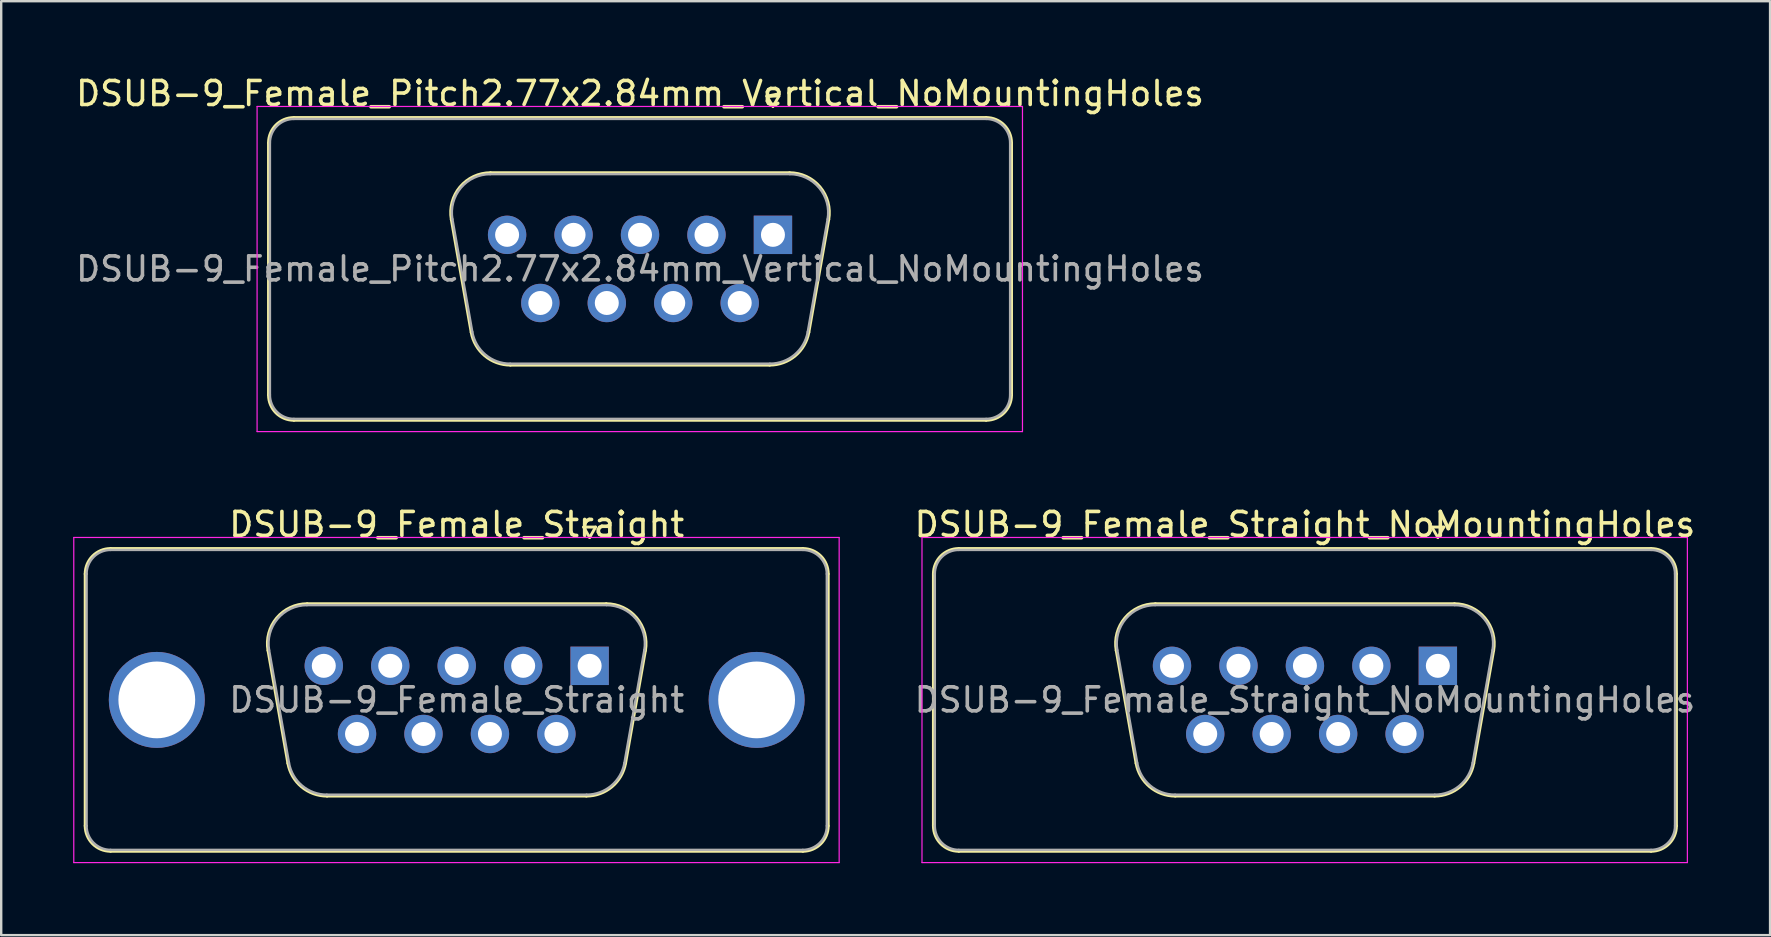
<source format=kicad_pcb>
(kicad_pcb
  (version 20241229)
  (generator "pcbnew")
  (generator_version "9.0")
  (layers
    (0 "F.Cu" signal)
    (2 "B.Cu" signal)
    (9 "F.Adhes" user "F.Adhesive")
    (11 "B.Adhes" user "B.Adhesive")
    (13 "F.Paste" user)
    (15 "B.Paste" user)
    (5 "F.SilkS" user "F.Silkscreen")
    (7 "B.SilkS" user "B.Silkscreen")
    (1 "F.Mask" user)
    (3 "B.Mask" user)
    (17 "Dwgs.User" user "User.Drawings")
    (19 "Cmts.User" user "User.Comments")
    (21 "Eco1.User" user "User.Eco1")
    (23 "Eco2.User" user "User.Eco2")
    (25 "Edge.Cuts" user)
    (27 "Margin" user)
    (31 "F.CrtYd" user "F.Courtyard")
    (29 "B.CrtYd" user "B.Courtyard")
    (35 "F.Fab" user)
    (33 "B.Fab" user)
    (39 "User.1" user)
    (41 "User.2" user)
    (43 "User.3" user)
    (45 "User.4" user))
  (footprint "DSUB-9_Female_Straight_NoMountingHoles"
    (layer "F.Cu")
    (at 56.877 24.701)
    (property "Reference" "DSUB-9_Female_Straight_NoMountingHoles" (at -5.54 -5.89 0) (layer "F.SilkS") (effects (font (size 1 1) (thickness 0.15))))
    (attr through_hole)
    (fp_line (start -21.025 6.67) (end -21.025 -3.83) (stroke (width 0.12) (type solid)) (layer "F.SilkS"))
    (fp_line (start -19.965 -4.89) (end 8.885 -4.89) (stroke (width 0.12) (type solid)) (layer "F.SilkS"))
    (fp_line (start -13.406 -0.642) (end -12.578 4.058) (stroke (width 0.12) (type solid)) (layer "F.SilkS"))
    (fp_line (start -11.772 -2.59) (end 0.692 -2.59) (stroke (width 0.12) (type solid)) (layer "F.SilkS"))
    (fp_line (start -10.943 5.43) (end -0.137 5.43) (stroke (width 0.12) (type solid)) (layer "F.SilkS"))
    (fp_line (start -0.25 -5.784) (end 0.25 -5.784) (stroke (width 0.12) (type solid)) (layer "F.SilkS"))
    (fp_line (start 0 -5.351) (end -0.25 -5.784) (stroke (width 0.12) (type solid)) (layer "F.SilkS"))
    (fp_line (start 0.25 -5.784) (end 0 -5.351) (stroke (width 0.12) (type solid)) (layer "F.SilkS"))
    (fp_line (start 2.326 -0.642) (end 1.498 4.058) (stroke (width 0.12) (type solid)) (layer "F.SilkS"))
    (fp_line (start 8.885 7.73) (end -19.965 7.73) (stroke (width 0.12) (type solid)) (layer "F.SilkS"))
    (fp_line (start 9.945 -3.83) (end 9.945 6.67) (stroke (width 0.12) (type solid)) (layer "F.SilkS"))
    (fp_arc (start -21.025 -3.83) (mid -20.714533 -4.579533) (end -19.965 -4.89) (stroke (width 0.12) (type solid)) (layer "F.SilkS"))
    (fp_arc (start -19.965 7.73) (mid -20.714533 7.419533) (end -21.025 6.67) (stroke (width 0.12) (type solid)) (layer "F.SilkS"))
    (fp_arc (start -13.40647 -0.641744) (mid -13.043323 -1.997028) (end -11.771689 -2.59) (stroke (width 0.12) (type solid)) (layer "F.SilkS"))
    (fp_arc (start -10.942952 5.43) (mid -12.009979 5.041634) (end -12.577733 4.058256) (stroke (width 0.12) (type solid)) (layer "F.SilkS"))
    (fp_arc (start 0.691689 -2.59) (mid 1.963323 -1.997027) (end 2.32647 -0.641744) (stroke (width 0.12) (type solid)) (layer "F.SilkS"))
    (fp_arc (start 1.497733 4.058256) (mid 0.92998 5.041634) (end -0.137048 5.43) (stroke (width 0.12) (type solid)) (layer "F.SilkS"))
    (fp_arc (start 8.885 -4.89) (mid 9.634533 -4.579533) (end 9.945 -3.83) (stroke (width 0.12) (type solid)) (layer "F.SilkS"))
    (fp_arc (start 9.945 6.67) (mid 9.634533 7.419533) (end 8.885 7.73) (stroke (width 0.12) (type solid)) (layer "F.SilkS"))
    (fp_line (start -21.5 -5.35) (end -21.5 8.2) (stroke (width 0.05) (type solid)) (layer "F.CrtYd"))
    (fp_line (start -21.5 8.2) (end 10.4 8.2) (stroke (width 0.05) (type solid)) (layer "F.CrtYd"))
    (fp_line (start 10.4 -5.35) (end -21.5 -5.35) (stroke (width 0.05) (type solid)) (layer "F.CrtYd"))
    (fp_line (start 10.4 8.2) (end 10.4 -5.35) (stroke (width 0.05) (type solid)) (layer "F.CrtYd"))
    (fp_line (start -20.965 6.67) (end -20.965 -3.83) (stroke (width 0.1) (type solid)) (layer "F.Fab"))
    (fp_line (start -19.965 -4.83) (end 8.885 -4.83) (stroke (width 0.1) (type solid)) (layer "F.Fab"))
    (fp_line (start -13.359 -0.652) (end -12.53 4.048) (stroke (width 0.1) (type solid)) (layer "F.Fab"))
    (fp_line (start -11.783 -2.53) (end 0.703 -2.53) (stroke (width 0.1) (type solid)) (layer "F.Fab"))
    (fp_line (start -10.954 5.37) (end -0.126 5.37) (stroke (width 0.1) (type solid)) (layer "F.Fab"))
    (fp_line (start 2.279 -0.652) (end 1.45 4.048) (stroke (width 0.1) (type solid)) (layer "F.Fab"))
    (fp_line (start 8.885 7.67) (end -19.965 7.67) (stroke (width 0.1) (type solid)) (layer "F.Fab"))
    (fp_line (start 9.885 -3.83) (end 9.885 6.67) (stroke (width 0.1) (type solid)) (layer "F.Fab"))
    (fp_arc (start -20.965 -3.83) (mid -20.672107 -4.537107) (end -19.965 -4.83) (stroke (width 0.1) (type solid)) (layer "F.Fab"))
    (fp_arc (start -19.965 7.67) (mid -20.672107 7.377107) (end -20.965 6.67) (stroke (width 0.1) (type solid)) (layer "F.Fab"))
    (fp_arc (start -13.358886 -0.652163) (mid -13.008865 -1.95846) (end -11.783194 -2.53) (stroke (width 0.1) (type solid)) (layer "F.Fab"))
    (fp_arc (start -10.954457 5.37) (mid -11.982917 4.995671) (end -12.530149 4.047837) (stroke (width 0.1) (type solid)) (layer "F.Fab"))
    (fp_arc (start 0.703194 -2.53) (mid 1.928865 -1.95846) (end 2.278886 -0.652163) (stroke (width 0.1) (type solid)) (layer "F.Fab"))
    (fp_arc (start 1.450149 4.047837) (mid 0.902917 4.995671) (end -0.125543 5.37) (stroke (width 0.1) (type solid)) (layer "F.Fab"))
    (fp_arc (start 8.885 -4.83) (mid 9.592107 -4.537107) (end 9.885 -3.83) (stroke (width 0.1) (type solid)) (layer "F.Fab"))
    (fp_arc (start 9.885 6.67) (mid 9.592107 7.377107) (end 8.885 7.67) (stroke (width 0.1) (type solid)) (layer "F.Fab"))
    (fp_text user "${REFERENCE}" (at -5.54 1.42 0) (layer "F.Fab") (effects (font (size 1 1) (thickness 0.15))))
    (pad "1" thru_hole rect (at 0 0) (size 1.6 1.6) (drill 1) (layers "*.Cu" "*.Mask"))
    (pad "2" thru_hole circle (at -2.77 0) (size 1.6 1.6) (drill 1) (layers "*.Cu" "*.Mask"))
    (pad "3" thru_hole circle (at -5.54 0) (size 1.6 1.6) (drill 1) (layers "*.Cu" "*.Mask"))
    (pad "4" thru_hole circle (at -8.31 0) (size 1.6 1.6) (drill 1) (layers "*.Cu" "*.Mask"))
    (pad "5" thru_hole circle (at -11.08 0) (size 1.6 1.6) (drill 1) (layers "*.Cu" "*.Mask"))
    (pad "6" thru_hole circle (at -1.385 2.84) (size 1.6 1.6) (drill 1) (layers "*.Cu" "*.Mask"))
    (pad "7" thru_hole circle (at -4.155 2.84) (size 1.6 1.6) (drill 1) (layers "*.Cu" "*.Mask"))
    (pad "8" thru_hole circle (at -6.925 2.84) (size 1.6 1.6) (drill 1) (layers "*.Cu" "*.Mask"))
    (pad "9" thru_hole circle (at -9.695 2.84) (size 1.6 1.6) (drill 1) (layers "*.Cu" "*.Mask")))
  (footprint "DSUB-9_Female_Straight"
    (layer "F.Cu")
    (at 21.525 24.701)
    (property "Reference" "DSUB-9_Female_Straight" (at -5.54 -5.89 0) (layer "F.SilkS") (effects (font (size 1 1) (thickness 0.15))))
    (attr through_hole)
    (fp_line (start -21.025 6.67) (end -21.025 -3.83) (stroke (width 0.12) (type solid)) (layer "F.SilkS"))
    (fp_line (start -19.965 -4.89) (end 8.885 -4.89) (stroke (width 0.12) (type solid)) (layer "F.SilkS"))
    (fp_line (start -13.406 -0.642) (end -12.578 4.058) (stroke (width 0.12) (type solid)) (layer "F.SilkS"))
    (fp_line (start -11.772 -2.59) (end 0.692 -2.59) (stroke (width 0.12) (type solid)) (layer "F.SilkS"))
    (fp_line (start -10.943 5.43) (end -0.137 5.43) (stroke (width 0.12) (type solid)) (layer "F.SilkS"))
    (fp_line (start -0.25 -5.784) (end 0.25 -5.784) (stroke (width 0.12) (type solid)) (layer "F.SilkS"))
    (fp_line (start 0 -5.351) (end -0.25 -5.784) (stroke (width 0.12) (type solid)) (layer "F.SilkS"))
    (fp_line (start 0.25 -5.784) (end 0 -5.351) (stroke (width 0.12) (type solid)) (layer "F.SilkS"))
    (fp_line (start 2.326 -0.642) (end 1.498 4.058) (stroke (width 0.12) (type solid)) (layer "F.SilkS"))
    (fp_line (start 8.885 7.73) (end -19.965 7.73) (stroke (width 0.12) (type solid)) (layer "F.SilkS"))
    (fp_line (start 9.945 -3.83) (end 9.945 6.67) (stroke (width 0.12) (type solid)) (layer "F.SilkS"))
    (fp_arc (start -21.025 -3.83) (mid -20.714533 -4.579533) (end -19.965 -4.89) (stroke (width 0.12) (type solid)) (layer "F.SilkS"))
    (fp_arc (start -19.965 7.73) (mid -20.714533 7.419533) (end -21.025 6.67) (stroke (width 0.12) (type solid)) (layer "F.SilkS"))
    (fp_arc (start -13.40647 -0.641744) (mid -13.043323 -1.997028) (end -11.771689 -2.59) (stroke (width 0.12) (type solid)) (layer "F.SilkS"))
    (fp_arc (start -10.942952 5.43) (mid -12.009979 5.041634) (end -12.577733 4.058256) (stroke (width 0.12) (type solid)) (layer "F.SilkS"))
    (fp_arc (start 0.691689 -2.59) (mid 1.963323 -1.997027) (end 2.32647 -0.641744) (stroke (width 0.12) (type solid)) (layer "F.SilkS"))
    (fp_arc (start 1.497733 4.058256) (mid 0.92998 5.041634) (end -0.137048 5.43) (stroke (width 0.12) (type solid)) (layer "F.SilkS"))
    (fp_arc (start 8.885 -4.89) (mid 9.634533 -4.579533) (end 9.945 -3.83) (stroke (width 0.12) (type solid)) (layer "F.SilkS"))
    (fp_arc (start 9.945 6.67) (mid 9.634533 7.419533) (end 8.885 7.73) (stroke (width 0.12) (type solid)) (layer "F.SilkS"))
    (fp_line (start -21.5 -5.35) (end -21.5 8.2) (stroke (width 0.05) (type solid)) (layer "F.CrtYd"))
    (fp_line (start -21.5 8.2) (end 10.4 8.2) (stroke (width 0.05) (type solid)) (layer "F.CrtYd"))
    (fp_line (start 10.4 -5.35) (end -21.5 -5.35) (stroke (width 0.05) (type solid)) (layer "F.CrtYd"))
    (fp_line (start 10.4 8.2) (end 10.4 -5.35) (stroke (width 0.05) (type solid)) (layer "F.CrtYd"))
    (fp_line (start -20.965 6.67) (end -20.965 -3.83) (stroke (width 0.1) (type solid)) (layer "F.Fab"))
    (fp_line (start -19.965 -4.83) (end 8.885 -4.83) (stroke (width 0.1) (type solid)) (layer "F.Fab"))
    (fp_line (start -13.359 -0.652) (end -12.53 4.048) (stroke (width 0.1) (type solid)) (layer "F.Fab"))
    (fp_line (start -11.783 -2.53) (end 0.703 -2.53) (stroke (width 0.1) (type solid)) (layer "F.Fab"))
    (fp_line (start -10.954 5.37) (end -0.126 5.37) (stroke (width 0.1) (type solid)) (layer "F.Fab"))
    (fp_line (start 2.279 -0.652) (end 1.45 4.048) (stroke (width 0.1) (type solid)) (layer "F.Fab"))
    (fp_line (start 8.885 7.67) (end -19.965 7.67) (stroke (width 0.1) (type solid)) (layer "F.Fab"))
    (fp_line (start 9.885 -3.83) (end 9.885 6.67) (stroke (width 0.1) (type solid)) (layer "F.Fab"))
    (fp_arc (start -20.965 -3.83) (mid -20.672107 -4.537107) (end -19.965 -4.83) (stroke (width 0.1) (type solid)) (layer "F.Fab"))
    (fp_arc (start -19.965 7.67) (mid -20.672107 7.377107) (end -20.965 6.67) (stroke (width 0.1) (type solid)) (layer "F.Fab"))
    (fp_arc (start -13.358886 -0.652163) (mid -13.008865 -1.95846) (end -11.783194 -2.53) (stroke (width 0.1) (type solid)) (layer "F.Fab"))
    (fp_arc (start -10.954457 5.37) (mid -11.982917 4.995671) (end -12.530149 4.047837) (stroke (width 0.1) (type solid)) (layer "F.Fab"))
    (fp_arc (start 0.703194 -2.53) (mid 1.928865 -1.95846) (end 2.278886 -0.652163) (stroke (width 0.1) (type solid)) (layer "F.Fab"))
    (fp_arc (start 1.450149 4.047837) (mid 0.902917 4.995671) (end -0.125543 5.37) (stroke (width 0.1) (type solid)) (layer "F.Fab"))
    (fp_arc (start 8.885 -4.83) (mid 9.592107 -4.537107) (end 9.885 -3.83) (stroke (width 0.1) (type solid)) (layer "F.Fab"))
    (fp_arc (start 9.885 6.67) (mid 9.592107 7.377107) (end 8.885 7.67) (stroke (width 0.1) (type solid)) (layer "F.Fab"))
    (fp_text user "${REFERENCE}" (at -5.54 1.42 0) (layer "F.Fab") (effects (font (size 1 1) (thickness 0.15))))
    (pad "0" thru_hole circle (at -18.04 1.42) (size 4 4) (drill 3.2) (layers "*.Cu" "*.Mask"))
    (pad "0" thru_hole circle (at 6.96 1.42) (size 4 4) (drill 3.2) (layers "*.Cu" "*.Mask"))
    (pad "1" thru_hole rect (at 0 0) (size 1.6 1.6) (drill 1) (layers "*.Cu" "*.Mask"))
    (pad "2" thru_hole circle (at -2.77 0) (size 1.6 1.6) (drill 1) (layers "*.Cu" "*.Mask"))
    (pad "3" thru_hole circle (at -5.54 0) (size 1.6 1.6) (drill 1) (layers "*.Cu" "*.Mask"))
    (pad "4" thru_hole circle (at -8.31 0) (size 1.6 1.6) (drill 1) (layers "*.Cu" "*.Mask"))
    (pad "5" thru_hole circle (at -11.08 0) (size 1.6 1.6) (drill 1) (layers "*.Cu" "*.Mask"))
    (pad "6" thru_hole circle (at -1.385 2.84) (size 1.6 1.6) (drill 1) (layers "*.Cu" "*.Mask"))
    (pad "7" thru_hole circle (at -4.155 2.84) (size 1.6 1.6) (drill 1) (layers "*.Cu" "*.Mask"))
    (pad "8" thru_hole circle (at -6.925 2.84) (size 1.6 1.6) (drill 1) (layers "*.Cu" "*.Mask"))
    (pad "9" thru_hole circle (at -9.695 2.84) (size 1.6 1.6) (drill 1) (layers "*.Cu" "*.Mask")))
  (footprint "DSUB-9_Female_Pitch2.77x2.84mm_Vertical_NoMountingHoles"
    (layer "F.Cu")
    (at 29.165 6.738)
    (property "Reference" "DSUB-9_Female_Pitch2.77x2.84mm_Vertical_NoMountingHoles" (at -5.54 -5.89 0) (layer "F.SilkS") (effects (font (size 1 1) (thickness 0.15))))
    (attr through_hole)
    (fp_line (start -21.025 6.67) (end -21.025 -3.83) (stroke (width 0.12) (type solid)) (layer "F.SilkS"))
    (fp_line (start -19.965 -4.89) (end 8.885 -4.89) (stroke (width 0.12) (type solid)) (layer "F.SilkS"))
    (fp_line (start -13.406 -0.642) (end -12.578 4.058) (stroke (width 0.12) (type solid)) (layer "F.SilkS"))
    (fp_line (start -11.772 -2.59) (end 0.692 -2.59) (stroke (width 0.12) (type solid)) (layer "F.SilkS"))
    (fp_line (start -10.943 5.43) (end -0.137 5.43) (stroke (width 0.12) (type solid)) (layer "F.SilkS"))
    (fp_line (start -0.25 -5.784) (end 0.25 -5.784) (stroke (width 0.12) (type solid)) (layer "F.SilkS"))
    (fp_line (start 0 -5.351) (end -0.25 -5.784) (stroke (width 0.12) (type solid)) (layer "F.SilkS"))
    (fp_line (start 0.25 -5.784) (end 0 -5.351) (stroke (width 0.12) (type solid)) (layer "F.SilkS"))
    (fp_line (start 2.326 -0.642) (end 1.498 4.058) (stroke (width 0.12) (type solid)) (layer "F.SilkS"))
    (fp_line (start 8.885 7.73) (end -19.965 7.73) (stroke (width 0.12) (type solid)) (layer "F.SilkS"))
    (fp_line (start 9.945 -3.83) (end 9.945 6.67) (stroke (width 0.12) (type solid)) (layer "F.SilkS"))
    (fp_arc (start -21.025 -3.83) (mid -20.714533 -4.579533) (end -19.965 -4.89) (stroke (width 0.12) (type solid)) (layer "F.SilkS"))
    (fp_arc (start -19.965 7.73) (mid -20.714533 7.419533) (end -21.025 6.67) (stroke (width 0.12) (type solid)) (layer "F.SilkS"))
    (fp_arc (start -13.40647 -0.641744) (mid -13.043323 -1.997028) (end -11.771689 -2.59) (stroke (width 0.12) (type solid)) (layer "F.SilkS"))
    (fp_arc (start -10.942952 5.43) (mid -12.009979 5.041634) (end -12.577733 4.058256) (stroke (width 0.12) (type solid)) (layer "F.SilkS"))
    (fp_arc (start 0.691689 -2.59) (mid 1.963323 -1.997027) (end 2.32647 -0.641744) (stroke (width 0.12) (type solid)) (layer "F.SilkS"))
    (fp_arc (start 1.497733 4.058256) (mid 0.92998 5.041634) (end -0.137048 5.43) (stroke (width 0.12) (type solid)) (layer "F.SilkS"))
    (fp_arc (start 8.885 -4.89) (mid 9.634533 -4.579533) (end 9.945 -3.83) (stroke (width 0.12) (type solid)) (layer "F.SilkS"))
    (fp_arc (start 9.945 6.67) (mid 9.634533 7.419533) (end 8.885 7.73) (stroke (width 0.12) (type solid)) (layer "F.SilkS"))
    (fp_line (start -21.5 -5.35) (end -21.5 8.2) (stroke (width 0.05) (type solid)) (layer "F.CrtYd"))
    (fp_line (start -21.5 8.2) (end 10.4 8.2) (stroke (width 0.05) (type solid)) (layer "F.CrtYd"))
    (fp_line (start 10.4 -5.35) (end -21.5 -5.35) (stroke (width 0.05) (type solid)) (layer "F.CrtYd"))
    (fp_line (start 10.4 8.2) (end 10.4 -5.35) (stroke (width 0.05) (type solid)) (layer "F.CrtYd"))
    (fp_line (start -20.965 6.67) (end -20.965 -3.83) (stroke (width 0.1) (type solid)) (layer "F.Fab"))
    (fp_line (start -19.965 -4.83) (end 8.885 -4.83) (stroke (width 0.1) (type solid)) (layer "F.Fab"))
    (fp_line (start -13.359 -0.652) (end -12.53 4.048) (stroke (width 0.1) (type solid)) (layer "F.Fab"))
    (fp_line (start -11.783 -2.53) (end 0.703 -2.53) (stroke (width 0.1) (type solid)) (layer "F.Fab"))
    (fp_line (start -10.954 5.37) (end -0.126 5.37) (stroke (width 0.1) (type solid)) (layer "F.Fab"))
    (fp_line (start 2.279 -0.652) (end 1.45 4.048) (stroke (width 0.1) (type solid)) (layer "F.Fab"))
    (fp_line (start 8.885 7.67) (end -19.965 7.67) (stroke (width 0.1) (type solid)) (layer "F.Fab"))
    (fp_line (start 9.885 -3.83) (end 9.885 6.67) (stroke (width 0.1) (type solid)) (layer "F.Fab"))
    (fp_arc (start -20.965 -3.83) (mid -20.672107 -4.537107) (end -19.965 -4.83) (stroke (width 0.1) (type solid)) (layer "F.Fab"))
    (fp_arc (start -19.965 7.67) (mid -20.672107 7.377107) (end -20.965 6.67) (stroke (width 0.1) (type solid)) (layer "F.Fab"))
    (fp_arc (start -13.358886 -0.652163) (mid -13.008865 -1.95846) (end -11.783194 -2.53) (stroke (width 0.1) (type solid)) (layer "F.Fab"))
    (fp_arc (start -10.954457 5.37) (mid -11.982917 4.995671) (end -12.530149 4.047837) (stroke (width 0.1) (type solid)) (layer "F.Fab"))
    (fp_arc (start 0.703194 -2.53) (mid 1.928865 -1.95846) (end 2.278886 -0.652163) (stroke (width 0.1) (type solid)) (layer "F.Fab"))
    (fp_arc (start 1.450149 4.047837) (mid 0.902917 4.995671) (end -0.125543 5.37) (stroke (width 0.1) (type solid)) (layer "F.Fab"))
    (fp_arc (start 8.885 -4.83) (mid 9.592107 -4.537107) (end 9.885 -3.83) (stroke (width 0.1) (type solid)) (layer "F.Fab"))
    (fp_arc (start 9.885 6.67) (mid 9.592107 7.377107) (end 8.885 7.67) (stroke (width 0.1) (type solid)) (layer "F.Fab"))
    (fp_text user "${REFERENCE}" (at -5.54 1.42 0) (layer "F.Fab") (effects (font (size 1 1) (thickness 0.15))))
    (pad "1" thru_hole rect (at 0 0) (size 1.6 1.6) (drill 1) (layers "*.Cu" "*.Mask"))
    (pad "2" thru_hole circle (at -2.77 0) (size 1.6 1.6) (drill 1) (layers "*.Cu" "*.Mask"))
    (pad "3" thru_hole circle (at -5.54 0) (size 1.6 1.6) (drill 1) (layers "*.Cu" "*.Mask"))
    (pad "4" thru_hole circle (at -8.31 0) (size 1.6 1.6) (drill 1) (layers "*.Cu" "*.Mask"))
    (pad "5" thru_hole circle (at -11.08 0) (size 1.6 1.6) (drill 1) (layers "*.Cu" "*.Mask"))
    (pad "6" thru_hole circle (at -1.385 2.84) (size 1.6 1.6) (drill 1) (layers "*.Cu" "*.Mask"))
    (pad "7" thru_hole circle (at -4.155 2.84) (size 1.6 1.6) (drill 1) (layers "*.Cu" "*.Mask"))
    (pad "8" thru_hole circle (at -6.925 2.84) (size 1.6 1.6) (drill 1) (layers "*.Cu" "*.Mask"))
    (pad "9" thru_hole circle (at -9.695 2.84) (size 1.6 1.6) (drill 1) (layers "*.Cu" "*.Mask")))
  (gr_rect
    (start -3 -3)
    (end 70.724 35.926)
    (stroke (width 0.1) (type default))
    (fill no)
    (layer "Edge.Cuts")))
</source>
